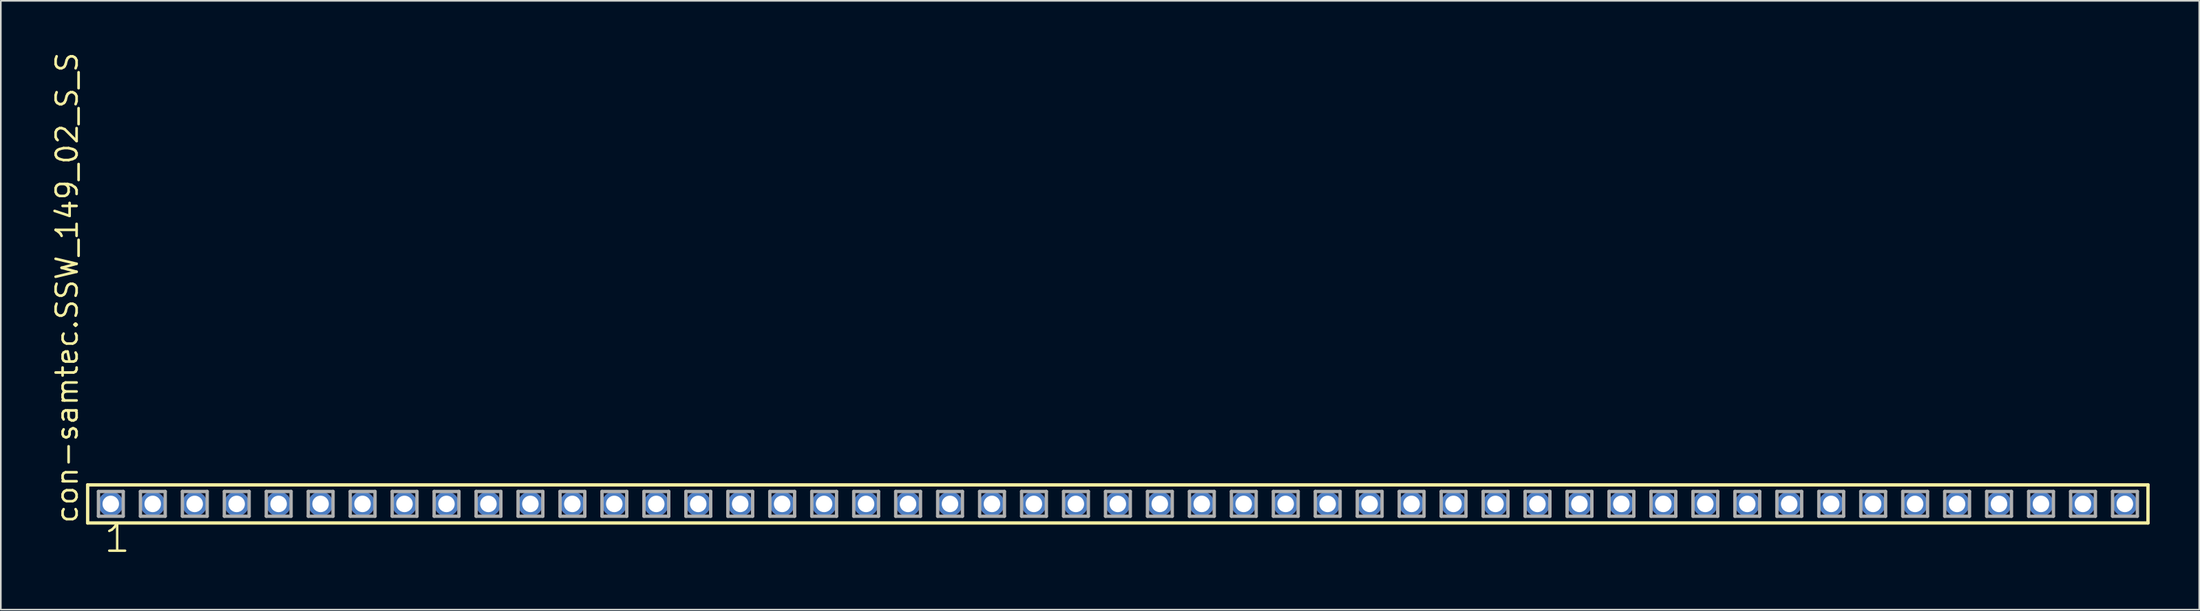
<source format=kicad_pcb>
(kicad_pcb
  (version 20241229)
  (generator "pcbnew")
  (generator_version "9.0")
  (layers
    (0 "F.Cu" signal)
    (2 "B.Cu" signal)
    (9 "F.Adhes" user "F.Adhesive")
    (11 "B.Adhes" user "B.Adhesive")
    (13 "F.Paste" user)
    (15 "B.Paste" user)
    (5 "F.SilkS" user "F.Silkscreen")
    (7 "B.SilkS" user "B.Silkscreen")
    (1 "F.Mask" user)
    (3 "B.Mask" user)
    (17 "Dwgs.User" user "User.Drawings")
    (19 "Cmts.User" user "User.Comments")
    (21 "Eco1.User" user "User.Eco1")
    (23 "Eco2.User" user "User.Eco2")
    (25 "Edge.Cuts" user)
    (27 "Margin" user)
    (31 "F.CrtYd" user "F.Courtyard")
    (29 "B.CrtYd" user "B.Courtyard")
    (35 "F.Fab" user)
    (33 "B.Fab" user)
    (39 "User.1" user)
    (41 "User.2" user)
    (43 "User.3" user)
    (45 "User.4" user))
  (footprint "con-samtec.SSW_149_02_S_S"
    (layer "F.Cu")
    (at 64.615 27.501)
    (property "Reference" "con-samtec.SSW_149_02_S_S" (at -62.865 1.27 90) (layer "F.SilkS") (effects (font (size 1.27 1.27) (thickness 0.16)) (justify left bottom)))
    (attr through_hole)
    (fp_line (start -62.359 -1.155) (end 62.359 -1.155) (stroke (width 0.203) (type default)) (layer "F.SilkS"))
    (fp_line (start -62.359 1.155) (end -62.359 -1.155) (stroke (width 0.203) (type default)) (layer "F.SilkS"))
    (fp_line (start 62.359 -1.155) (end 62.359 1.155) (stroke (width 0.203) (type default)) (layer "F.SilkS"))
    (fp_line (start 62.359 1.155) (end -62.359 1.155) (stroke (width 0.203) (type default)) (layer "F.SilkS"))
    (fp_line (start -61.705 -0.755) (end -60.205 -0.755) (stroke (width 0.203) (type default)) (layer "F.Fab"))
    (fp_line (start -61.705 0.745) (end -61.705 -0.755) (stroke (width 0.203) (type default)) (layer "F.Fab"))
    (fp_line (start -60.205 -0.755) (end -60.205 0.745) (stroke (width 0.203) (type default)) (layer "F.Fab"))
    (fp_line (start -60.205 0.745) (end -61.705 0.745) (stroke (width 0.203) (type default)) (layer "F.Fab"))
    (fp_line (start -59.165 -0.755) (end -57.665 -0.755) (stroke (width 0.203) (type default)) (layer "F.Fab"))
    (fp_line (start -59.165 0.745) (end -59.165 -0.755) (stroke (width 0.203) (type default)) (layer "F.Fab"))
    (fp_line (start -57.665 -0.755) (end -57.665 0.745) (stroke (width 0.203) (type default)) (layer "F.Fab"))
    (fp_line (start -57.665 0.745) (end -59.165 0.745) (stroke (width 0.203) (type default)) (layer "F.Fab"))
    (fp_line (start -56.625 -0.755) (end -55.125 -0.755) (stroke (width 0.203) (type default)) (layer "F.Fab"))
    (fp_line (start -56.625 0.745) (end -56.625 -0.755) (stroke (width 0.203) (type default)) (layer "F.Fab"))
    (fp_line (start -55.125 -0.755) (end -55.125 0.745) (stroke (width 0.203) (type default)) (layer "F.Fab"))
    (fp_line (start -55.125 0.745) (end -56.625 0.745) (stroke (width 0.203) (type default)) (layer "F.Fab"))
    (fp_line (start -54.085 -0.755) (end -52.585 -0.755) (stroke (width 0.203) (type default)) (layer "F.Fab"))
    (fp_line (start -54.085 0.745) (end -54.085 -0.755) (stroke (width 0.203) (type default)) (layer "F.Fab"))
    (fp_line (start -52.585 -0.755) (end -52.585 0.745) (stroke (width 0.203) (type default)) (layer "F.Fab"))
    (fp_line (start -52.585 0.745) (end -54.085 0.745) (stroke (width 0.203) (type default)) (layer "F.Fab"))
    (fp_line (start -51.545 -0.755) (end -50.045 -0.755) (stroke (width 0.203) (type default)) (layer "F.Fab"))
    (fp_line (start -51.545 0.745) (end -51.545 -0.755) (stroke (width 0.203) (type default)) (layer "F.Fab"))
    (fp_line (start -50.045 -0.755) (end -50.045 0.745) (stroke (width 0.203) (type default)) (layer "F.Fab"))
    (fp_line (start -50.045 0.745) (end -51.545 0.745) (stroke (width 0.203) (type default)) (layer "F.Fab"))
    (fp_line (start -49.005 -0.755) (end -47.505 -0.755) (stroke (width 0.203) (type default)) (layer "F.Fab"))
    (fp_line (start -49.005 0.745) (end -49.005 -0.755) (stroke (width 0.203) (type default)) (layer "F.Fab"))
    (fp_line (start -47.505 -0.755) (end -47.505 0.745) (stroke (width 0.203) (type default)) (layer "F.Fab"))
    (fp_line (start -47.505 0.745) (end -49.005 0.745) (stroke (width 0.203) (type default)) (layer "F.Fab"))
    (fp_line (start -46.465 -0.755) (end -44.965 -0.755) (stroke (width 0.203) (type default)) (layer "F.Fab"))
    (fp_line (start -46.465 0.745) (end -46.465 -0.755) (stroke (width 0.203) (type default)) (layer "F.Fab"))
    (fp_line (start -44.965 -0.755) (end -44.965 0.745) (stroke (width 0.203) (type default)) (layer "F.Fab"))
    (fp_line (start -44.965 0.745) (end -46.465 0.745) (stroke (width 0.203) (type default)) (layer "F.Fab"))
    (fp_line (start -43.925 -0.755) (end -42.425 -0.755) (stroke (width 0.203) (type default)) (layer "F.Fab"))
    (fp_line (start -43.925 0.745) (end -43.925 -0.755) (stroke (width 0.203) (type default)) (layer "F.Fab"))
    (fp_line (start -42.425 -0.755) (end -42.425 0.745) (stroke (width 0.203) (type default)) (layer "F.Fab"))
    (fp_line (start -42.425 0.745) (end -43.925 0.745) (stroke (width 0.203) (type default)) (layer "F.Fab"))
    (fp_line (start -41.385 -0.755) (end -39.885 -0.755) (stroke (width 0.203) (type default)) (layer "F.Fab"))
    (fp_line (start -41.385 0.745) (end -41.385 -0.755) (stroke (width 0.203) (type default)) (layer "F.Fab"))
    (fp_line (start -39.885 -0.755) (end -39.885 0.745) (stroke (width 0.203) (type default)) (layer "F.Fab"))
    (fp_line (start -39.885 0.745) (end -41.385 0.745) (stroke (width 0.203) (type default)) (layer "F.Fab"))
    (fp_line (start -38.845 -0.755) (end -37.345 -0.755) (stroke (width 0.203) (type default)) (layer "F.Fab"))
    (fp_line (start -38.845 0.745) (end -38.845 -0.755) (stroke (width 0.203) (type default)) (layer "F.Fab"))
    (fp_line (start -37.345 -0.755) (end -37.345 0.745) (stroke (width 0.203) (type default)) (layer "F.Fab"))
    (fp_line (start -37.345 0.745) (end -38.845 0.745) (stroke (width 0.203) (type default)) (layer "F.Fab"))
    (fp_line (start -36.305 -0.755) (end -34.805 -0.755) (stroke (width 0.203) (type default)) (layer "F.Fab"))
    (fp_line (start -36.305 0.745) (end -36.305 -0.755) (stroke (width 0.203) (type default)) (layer "F.Fab"))
    (fp_line (start -34.805 -0.755) (end -34.805 0.745) (stroke (width 0.203) (type default)) (layer "F.Fab"))
    (fp_line (start -34.805 0.745) (end -36.305 0.745) (stroke (width 0.203) (type default)) (layer "F.Fab"))
    (fp_line (start -33.765 -0.755) (end -32.265 -0.755) (stroke (width 0.203) (type default)) (layer "F.Fab"))
    (fp_line (start -33.765 0.745) (end -33.765 -0.755) (stroke (width 0.203) (type default)) (layer "F.Fab"))
    (fp_line (start -32.265 -0.755) (end -32.265 0.745) (stroke (width 0.203) (type default)) (layer "F.Fab"))
    (fp_line (start -32.265 0.745) (end -33.765 0.745) (stroke (width 0.203) (type default)) (layer "F.Fab"))
    (fp_line (start -31.225 -0.755) (end -29.725 -0.755) (stroke (width 0.203) (type default)) (layer "F.Fab"))
    (fp_line (start -31.225 0.745) (end -31.225 -0.755) (stroke (width 0.203) (type default)) (layer "F.Fab"))
    (fp_line (start -29.725 -0.755) (end -29.725 0.745) (stroke (width 0.203) (type default)) (layer "F.Fab"))
    (fp_line (start -29.725 0.745) (end -31.225 0.745) (stroke (width 0.203) (type default)) (layer "F.Fab"))
    (fp_line (start -28.685 -0.755) (end -27.185 -0.755) (stroke (width 0.203) (type default)) (layer "F.Fab"))
    (fp_line (start -28.685 0.745) (end -28.685 -0.755) (stroke (width 0.203) (type default)) (layer "F.Fab"))
    (fp_line (start -27.185 -0.755) (end -27.185 0.745) (stroke (width 0.203) (type default)) (layer "F.Fab"))
    (fp_line (start -27.185 0.745) (end -28.685 0.745) (stroke (width 0.203) (type default)) (layer "F.Fab"))
    (fp_line (start -26.145 -0.755) (end -24.645 -0.755) (stroke (width 0.203) (type default)) (layer "F.Fab"))
    (fp_line (start -26.145 0.745) (end -26.145 -0.755) (stroke (width 0.203) (type default)) (layer "F.Fab"))
    (fp_line (start -24.645 -0.755) (end -24.645 0.745) (stroke (width 0.203) (type default)) (layer "F.Fab"))
    (fp_line (start -24.645 0.745) (end -26.145 0.745) (stroke (width 0.203) (type default)) (layer "F.Fab"))
    (fp_line (start -23.605 -0.755) (end -22.105 -0.755) (stroke (width 0.203) (type default)) (layer "F.Fab"))
    (fp_line (start -23.605 0.745) (end -23.605 -0.755) (stroke (width 0.203) (type default)) (layer "F.Fab"))
    (fp_line (start -22.105 -0.755) (end -22.105 0.745) (stroke (width 0.203) (type default)) (layer "F.Fab"))
    (fp_line (start -22.105 0.745) (end -23.605 0.745) (stroke (width 0.203) (type default)) (layer "F.Fab"))
    (fp_line (start -21.065 -0.755) (end -19.565 -0.755) (stroke (width 0.203) (type default)) (layer "F.Fab"))
    (fp_line (start -21.065 0.745) (end -21.065 -0.755) (stroke (width 0.203) (type default)) (layer "F.Fab"))
    (fp_line (start -19.565 -0.755) (end -19.565 0.745) (stroke (width 0.203) (type default)) (layer "F.Fab"))
    (fp_line (start -19.565 0.745) (end -21.065 0.745) (stroke (width 0.203) (type default)) (layer "F.Fab"))
    (fp_line (start -18.525 -0.755) (end -17.025 -0.755) (stroke (width 0.203) (type default)) (layer "F.Fab"))
    (fp_line (start -18.525 0.745) (end -18.525 -0.755) (stroke (width 0.203) (type default)) (layer "F.Fab"))
    (fp_line (start -17.025 -0.755) (end -17.025 0.745) (stroke (width 0.203) (type default)) (layer "F.Fab"))
    (fp_line (start -17.025 0.745) (end -18.525 0.745) (stroke (width 0.203) (type default)) (layer "F.Fab"))
    (fp_line (start -15.985 -0.755) (end -14.485 -0.755) (stroke (width 0.203) (type default)) (layer "F.Fab"))
    (fp_line (start -15.985 0.745) (end -15.985 -0.755) (stroke (width 0.203) (type default)) (layer "F.Fab"))
    (fp_line (start -14.485 -0.755) (end -14.485 0.745) (stroke (width 0.203) (type default)) (layer "F.Fab"))
    (fp_line (start -14.485 0.745) (end -15.985 0.745) (stroke (width 0.203) (type default)) (layer "F.Fab"))
    (fp_line (start -13.445 -0.755) (end -11.945 -0.755) (stroke (width 0.203) (type default)) (layer "F.Fab"))
    (fp_line (start -13.445 0.745) (end -13.445 -0.755) (stroke (width 0.203) (type default)) (layer "F.Fab"))
    (fp_line (start -11.945 -0.755) (end -11.945 0.745) (stroke (width 0.203) (type default)) (layer "F.Fab"))
    (fp_line (start -11.945 0.745) (end -13.445 0.745) (stroke (width 0.203) (type default)) (layer "F.Fab"))
    (fp_line (start -10.905 -0.755) (end -9.405 -0.755) (stroke (width 0.203) (type default)) (layer "F.Fab"))
    (fp_line (start -10.905 0.745) (end -10.905 -0.755) (stroke (width 0.203) (type default)) (layer "F.Fab"))
    (fp_line (start -9.405 -0.755) (end -9.405 0.745) (stroke (width 0.203) (type default)) (layer "F.Fab"))
    (fp_line (start -9.405 0.745) (end -10.905 0.745) (stroke (width 0.203) (type default)) (layer "F.Fab"))
    (fp_line (start -8.365 -0.755) (end -6.865 -0.755) (stroke (width 0.203) (type default)) (layer "F.Fab"))
    (fp_line (start -8.365 0.745) (end -8.365 -0.755) (stroke (width 0.203) (type default)) (layer "F.Fab"))
    (fp_line (start -6.865 -0.755) (end -6.865 0.745) (stroke (width 0.203) (type default)) (layer "F.Fab"))
    (fp_line (start -6.865 0.745) (end -8.365 0.745) (stroke (width 0.203) (type default)) (layer "F.Fab"))
    (fp_line (start -5.825 -0.755) (end -4.325 -0.755) (stroke (width 0.203) (type default)) (layer "F.Fab"))
    (fp_line (start -5.825 0.745) (end -5.825 -0.755) (stroke (width 0.203) (type default)) (layer "F.Fab"))
    (fp_line (start -4.325 -0.755) (end -4.325 0.745) (stroke (width 0.203) (type default)) (layer "F.Fab"))
    (fp_line (start -4.325 0.745) (end -5.825 0.745) (stroke (width 0.203) (type default)) (layer "F.Fab"))
    (fp_line (start -3.285 -0.755) (end -1.785 -0.755) (stroke (width 0.203) (type default)) (layer "F.Fab"))
    (fp_line (start -3.285 0.745) (end -3.285 -0.755) (stroke (width 0.203) (type default)) (layer "F.Fab"))
    (fp_line (start -1.785 -0.755) (end -1.785 0.745) (stroke (width 0.203) (type default)) (layer "F.Fab"))
    (fp_line (start -1.785 0.745) (end -3.285 0.745) (stroke (width 0.203) (type default)) (layer "F.Fab"))
    (fp_line (start -0.745 -0.755) (end 0.755 -0.755) (stroke (width 0.203) (type default)) (layer "F.Fab"))
    (fp_line (start -0.745 0.745) (end -0.745 -0.755) (stroke (width 0.203) (type default)) (layer "F.Fab"))
    (fp_line (start 0.755 -0.755) (end 0.755 0.745) (stroke (width 0.203) (type default)) (layer "F.Fab"))
    (fp_line (start 0.755 0.745) (end -0.745 0.745) (stroke (width 0.203) (type default)) (layer "F.Fab"))
    (fp_line (start 1.795 -0.755) (end 3.295 -0.755) (stroke (width 0.203) (type default)) (layer "F.Fab"))
    (fp_line (start 1.795 0.745) (end 1.795 -0.755) (stroke (width 0.203) (type default)) (layer "F.Fab"))
    (fp_line (start 3.295 -0.755) (end 3.295 0.745) (stroke (width 0.203) (type default)) (layer "F.Fab"))
    (fp_line (start 3.295 0.745) (end 1.795 0.745) (stroke (width 0.203) (type default)) (layer "F.Fab"))
    (fp_line (start 4.335 -0.755) (end 5.835 -0.755) (stroke (width 0.203) (type default)) (layer "F.Fab"))
    (fp_line (start 4.335 0.745) (end 4.335 -0.755) (stroke (width 0.203) (type default)) (layer "F.Fab"))
    (fp_line (start 5.835 -0.755) (end 5.835 0.745) (stroke (width 0.203) (type default)) (layer "F.Fab"))
    (fp_line (start 5.835 0.745) (end 4.335 0.745) (stroke (width 0.203) (type default)) (layer "F.Fab"))
    (fp_line (start 6.875 -0.755) (end 8.375 -0.755) (stroke (width 0.203) (type default)) (layer "F.Fab"))
    (fp_line (start 6.875 0.745) (end 6.875 -0.755) (stroke (width 0.203) (type default)) (layer "F.Fab"))
    (fp_line (start 8.375 -0.755) (end 8.375 0.745) (stroke (width 0.203) (type default)) (layer "F.Fab"))
    (fp_line (start 8.375 0.745) (end 6.875 0.745) (stroke (width 0.203) (type default)) (layer "F.Fab"))
    (fp_line (start 9.415 -0.755) (end 10.915 -0.755) (stroke (width 0.203) (type default)) (layer "F.Fab"))
    (fp_line (start 9.415 0.745) (end 9.415 -0.755) (stroke (width 0.203) (type default)) (layer "F.Fab"))
    (fp_line (start 10.915 -0.755) (end 10.915 0.745) (stroke (width 0.203) (type default)) (layer "F.Fab"))
    (fp_line (start 10.915 0.745) (end 9.415 0.745) (stroke (width 0.203) (type default)) (layer "F.Fab"))
    (fp_line (start 11.955 -0.755) (end 13.455 -0.755) (stroke (width 0.203) (type default)) (layer "F.Fab"))
    (fp_line (start 11.955 0.745) (end 11.955 -0.755) (stroke (width 0.203) (type default)) (layer "F.Fab"))
    (fp_line (start 13.455 -0.755) (end 13.455 0.745) (stroke (width 0.203) (type default)) (layer "F.Fab"))
    (fp_line (start 13.455 0.745) (end 11.955 0.745) (stroke (width 0.203) (type default)) (layer "F.Fab"))
    (fp_line (start 14.495 -0.755) (end 15.995 -0.755) (stroke (width 0.203) (type default)) (layer "F.Fab"))
    (fp_line (start 14.495 0.745) (end 14.495 -0.755) (stroke (width 0.203) (type default)) (layer "F.Fab"))
    (fp_line (start 15.995 -0.755) (end 15.995 0.745) (stroke (width 0.203) (type default)) (layer "F.Fab"))
    (fp_line (start 15.995 0.745) (end 14.495 0.745) (stroke (width 0.203) (type default)) (layer "F.Fab"))
    (fp_line (start 17.035 -0.755) (end 18.535 -0.755) (stroke (width 0.203) (type default)) (layer "F.Fab"))
    (fp_line (start 17.035 0.745) (end 17.035 -0.755) (stroke (width 0.203) (type default)) (layer "F.Fab"))
    (fp_line (start 18.535 -0.755) (end 18.535 0.745) (stroke (width 0.203) (type default)) (layer "F.Fab"))
    (fp_line (start 18.535 0.745) (end 17.035 0.745) (stroke (width 0.203) (type default)) (layer "F.Fab"))
    (fp_line (start 19.575 -0.755) (end 21.075 -0.755) (stroke (width 0.203) (type default)) (layer "F.Fab"))
    (fp_line (start 19.575 0.745) (end 19.575 -0.755) (stroke (width 0.203) (type default)) (layer "F.Fab"))
    (fp_line (start 21.075 -0.755) (end 21.075 0.745) (stroke (width 0.203) (type default)) (layer "F.Fab"))
    (fp_line (start 21.075 0.745) (end 19.575 0.745) (stroke (width 0.203) (type default)) (layer "F.Fab"))
    (fp_line (start 22.115 -0.755) (end 23.615 -0.755) (stroke (width 0.203) (type default)) (layer "F.Fab"))
    (fp_line (start 22.115 0.745) (end 22.115 -0.755) (stroke (width 0.203) (type default)) (layer "F.Fab"))
    (fp_line (start 23.615 -0.755) (end 23.615 0.745) (stroke (width 0.203) (type default)) (layer "F.Fab"))
    (fp_line (start 23.615 0.745) (end 22.115 0.745) (stroke (width 0.203) (type default)) (layer "F.Fab"))
    (fp_line (start 24.655 -0.755) (end 26.155 -0.755) (stroke (width 0.203) (type default)) (layer "F.Fab"))
    (fp_line (start 24.655 0.745) (end 24.655 -0.755) (stroke (width 0.203) (type default)) (layer "F.Fab"))
    (fp_line (start 26.155 -0.755) (end 26.155 0.745) (stroke (width 0.203) (type default)) (layer "F.Fab"))
    (fp_line (start 26.155 0.745) (end 24.655 0.745) (stroke (width 0.203) (type default)) (layer "F.Fab"))
    (fp_line (start 27.195 -0.755) (end 28.695 -0.755) (stroke (width 0.203) (type default)) (layer "F.Fab"))
    (fp_line (start 27.195 0.745) (end 27.195 -0.755) (stroke (width 0.203) (type default)) (layer "F.Fab"))
    (fp_line (start 28.695 -0.755) (end 28.695 0.745) (stroke (width 0.203) (type default)) (layer "F.Fab"))
    (fp_line (start 28.695 0.745) (end 27.195 0.745) (stroke (width 0.203) (type default)) (layer "F.Fab"))
    (fp_line (start 29.735 -0.755) (end 31.235 -0.755) (stroke (width 0.203) (type default)) (layer "F.Fab"))
    (fp_line (start 29.735 0.745) (end 29.735 -0.755) (stroke (width 0.203) (type default)) (layer "F.Fab"))
    (fp_line (start 31.235 -0.755) (end 31.235 0.745) (stroke (width 0.203) (type default)) (layer "F.Fab"))
    (fp_line (start 31.235 0.745) (end 29.735 0.745) (stroke (width 0.203) (type default)) (layer "F.Fab"))
    (fp_line (start 32.275 -0.755) (end 33.775 -0.755) (stroke (width 0.203) (type default)) (layer "F.Fab"))
    (fp_line (start 32.275 0.745) (end 32.275 -0.755) (stroke (width 0.203) (type default)) (layer "F.Fab"))
    (fp_line (start 33.775 -0.755) (end 33.775 0.745) (stroke (width 0.203) (type default)) (layer "F.Fab"))
    (fp_line (start 33.775 0.745) (end 32.275 0.745) (stroke (width 0.203) (type default)) (layer "F.Fab"))
    (fp_line (start 34.815 -0.755) (end 36.315 -0.755) (stroke (width 0.203) (type default)) (layer "F.Fab"))
    (fp_line (start 34.815 0.745) (end 34.815 -0.755) (stroke (width 0.203) (type default)) (layer "F.Fab"))
    (fp_line (start 36.315 -0.755) (end 36.315 0.745) (stroke (width 0.203) (type default)) (layer "F.Fab"))
    (fp_line (start 36.315 0.745) (end 34.815 0.745) (stroke (width 0.203) (type default)) (layer "F.Fab"))
    (fp_line (start 37.355 -0.755) (end 38.855 -0.755) (stroke (width 0.203) (type default)) (layer "F.Fab"))
    (fp_line (start 37.355 0.745) (end 37.355 -0.755) (stroke (width 0.203) (type default)) (layer "F.Fab"))
    (fp_line (start 38.855 -0.755) (end 38.855 0.745) (stroke (width 0.203) (type default)) (layer "F.Fab"))
    (fp_line (start 38.855 0.745) (end 37.355 0.745) (stroke (width 0.203) (type default)) (layer "F.Fab"))
    (fp_line (start 39.895 -0.755) (end 41.395 -0.755) (stroke (width 0.203) (type default)) (layer "F.Fab"))
    (fp_line (start 39.895 0.745) (end 39.895 -0.755) (stroke (width 0.203) (type default)) (layer "F.Fab"))
    (fp_line (start 41.395 -0.755) (end 41.395 0.745) (stroke (width 0.203) (type default)) (layer "F.Fab"))
    (fp_line (start 41.395 0.745) (end 39.895 0.745) (stroke (width 0.203) (type default)) (layer "F.Fab"))
    (fp_line (start 42.435 -0.755) (end 43.935 -0.755) (stroke (width 0.203) (type default)) (layer "F.Fab"))
    (fp_line (start 42.435 0.745) (end 42.435 -0.755) (stroke (width 0.203) (type default)) (layer "F.Fab"))
    (fp_line (start 43.935 -0.755) (end 43.935 0.745) (stroke (width 0.203) (type default)) (layer "F.Fab"))
    (fp_line (start 43.935 0.745) (end 42.435 0.745) (stroke (width 0.203) (type default)) (layer "F.Fab"))
    (fp_line (start 44.975 -0.755) (end 46.475 -0.755) (stroke (width 0.203) (type default)) (layer "F.Fab"))
    (fp_line (start 44.975 0.745) (end 44.975 -0.755) (stroke (width 0.203) (type default)) (layer "F.Fab"))
    (fp_line (start 46.475 -0.755) (end 46.475 0.745) (stroke (width 0.203) (type default)) (layer "F.Fab"))
    (fp_line (start 46.475 0.745) (end 44.975 0.745) (stroke (width 0.203) (type default)) (layer "F.Fab"))
    (fp_line (start 47.515 -0.755) (end 49.015 -0.755) (stroke (width 0.203) (type default)) (layer "F.Fab"))
    (fp_line (start 47.515 0.745) (end 47.515 -0.755) (stroke (width 0.203) (type default)) (layer "F.Fab"))
    (fp_line (start 49.015 -0.755) (end 49.015 0.745) (stroke (width 0.203) (type default)) (layer "F.Fab"))
    (fp_line (start 49.015 0.745) (end 47.515 0.745) (stroke (width 0.203) (type default)) (layer "F.Fab"))
    (fp_line (start 50.055 -0.755) (end 51.555 -0.755) (stroke (width 0.203) (type default)) (layer "F.Fab"))
    (fp_line (start 50.055 0.745) (end 50.055 -0.755) (stroke (width 0.203) (type default)) (layer "F.Fab"))
    (fp_line (start 51.555 -0.755) (end 51.555 0.745) (stroke (width 0.203) (type default)) (layer "F.Fab"))
    (fp_line (start 51.555 0.745) (end 50.055 0.745) (stroke (width 0.203) (type default)) (layer "F.Fab"))
    (fp_line (start 52.595 -0.755) (end 54.095 -0.755) (stroke (width 0.203) (type default)) (layer "F.Fab"))
    (fp_line (start 52.595 0.745) (end 52.595 -0.755) (stroke (width 0.203) (type default)) (layer "F.Fab"))
    (fp_line (start 54.095 -0.755) (end 54.095 0.745) (stroke (width 0.203) (type default)) (layer "F.Fab"))
    (fp_line (start 54.095 0.745) (end 52.595 0.745) (stroke (width 0.203) (type default)) (layer "F.Fab"))
    (fp_line (start 55.135 -0.755) (end 56.635 -0.755) (stroke (width 0.203) (type default)) (layer "F.Fab"))
    (fp_line (start 55.135 0.745) (end 55.135 -0.755) (stroke (width 0.203) (type default)) (layer "F.Fab"))
    (fp_line (start 56.635 -0.755) (end 56.635 0.745) (stroke (width 0.203) (type default)) (layer "F.Fab"))
    (fp_line (start 56.635 0.745) (end 55.135 0.745) (stroke (width 0.203) (type default)) (layer "F.Fab"))
    (fp_line (start 57.675 -0.755) (end 59.175 -0.755) (stroke (width 0.203) (type default)) (layer "F.Fab"))
    (fp_line (start 57.675 0.745) (end 57.675 -0.755) (stroke (width 0.203) (type default)) (layer "F.Fab"))
    (fp_line (start 59.175 -0.755) (end 59.175 0.745) (stroke (width 0.203) (type default)) (layer "F.Fab"))
    (fp_line (start 59.175 0.745) (end 57.675 0.745) (stroke (width 0.203) (type default)) (layer "F.Fab"))
    (fp_line (start 60.215 -0.755) (end 61.715 -0.755) (stroke (width 0.203) (type default)) (layer "F.Fab"))
    (fp_line (start 60.215 0.745) (end 60.215 -0.755) (stroke (width 0.203) (type default)) (layer "F.Fab"))
    (fp_line (start 61.715 -0.755) (end 61.715 0.745) (stroke (width 0.203) (type default)) (layer "F.Fab"))
    (fp_line (start 61.715 0.745) (end 60.215 0.745) (stroke (width 0.203) (type default)) (layer "F.Fab"))
    (fp_text user "1" (at -61.468 3.048 0) (layer "F.SilkS") (effects (font (size 1.676 1.676) (thickness 0.15)) (justify left bottom)))
    (pad "1" thru_hole circle (at -60.96 0) (size 1.5 1.5) (drill 1) (layers "*.Cu" "*.Mask"))
    (pad "2" thru_hole circle (at -58.42 0) (size 1.5 1.5) (drill 1) (layers "*.Cu" "*.Mask"))
    (pad "3" thru_hole circle (at -55.88 0) (size 1.5 1.5) (drill 1) (layers "*.Cu" "*.Mask"))
    (pad "4" thru_hole circle (at -53.34 0) (size 1.5 1.5) (drill 1) (layers "*.Cu" "*.Mask"))
    (pad "5" thru_hole circle (at -50.8 0) (size 1.5 1.5) (drill 1) (layers "*.Cu" "*.Mask"))
    (pad "6" thru_hole circle (at -48.26 0) (size 1.5 1.5) (drill 1) (layers "*.Cu" "*.Mask"))
    (pad "7" thru_hole circle (at -45.72 0) (size 1.5 1.5) (drill 1) (layers "*.Cu" "*.Mask"))
    (pad "8" thru_hole circle (at -43.18 0) (size 1.5 1.5) (drill 1) (layers "*.Cu" "*.Mask"))
    (pad "9" thru_hole circle (at -40.64 0) (size 1.5 1.5) (drill 1) (layers "*.Cu" "*.Mask"))
    (pad "10" thru_hole circle (at -38.1 0) (size 1.5 1.5) (drill 1) (layers "*.Cu" "*.Mask"))
    (pad "11" thru_hole circle (at -35.56 0) (size 1.5 1.5) (drill 1) (layers "*.Cu" "*.Mask"))
    (pad "12" thru_hole circle (at -33.02 0) (size 1.5 1.5) (drill 1) (layers "*.Cu" "*.Mask"))
    (pad "13" thru_hole circle (at -30.48 0) (size 1.5 1.5) (drill 1) (layers "*.Cu" "*.Mask"))
    (pad "14" thru_hole circle (at -27.94 0) (size 1.5 1.5) (drill 1) (layers "*.Cu" "*.Mask"))
    (pad "15" thru_hole circle (at -25.4 0) (size 1.5 1.5) (drill 1) (layers "*.Cu" "*.Mask"))
    (pad "16" thru_hole circle (at -22.86 0) (size 1.5 1.5) (drill 1) (layers "*.Cu" "*.Mask"))
    (pad "17" thru_hole circle (at -20.32 0) (size 1.5 1.5) (drill 1) (layers "*.Cu" "*.Mask"))
    (pad "18" thru_hole circle (at -17.78 0) (size 1.5 1.5) (drill 1) (layers "*.Cu" "*.Mask"))
    (pad "19" thru_hole circle (at -15.24 0) (size 1.5 1.5) (drill 1) (layers "*.Cu" "*.Mask"))
    (pad "20" thru_hole circle (at -12.7 0) (size 1.5 1.5) (drill 1) (layers "*.Cu" "*.Mask"))
    (pad "21" thru_hole circle (at -10.16 0) (size 1.5 1.5) (drill 1) (layers "*.Cu" "*.Mask"))
    (pad "22" thru_hole circle (at -7.62 0) (size 1.5 1.5) (drill 1) (layers "*.Cu" "*.Mask"))
    (pad "23" thru_hole circle (at -5.08 0) (size 1.5 1.5) (drill 1) (layers "*.Cu" "*.Mask"))
    (pad "24" thru_hole circle (at -2.54 0) (size 1.5 1.5) (drill 1) (layers "*.Cu" "*.Mask"))
    (pad "25" thru_hole circle (at 0 0) (size 1.5 1.5) (drill 1) (layers "*.Cu" "*.Mask"))
    (pad "26" thru_hole circle (at 2.54 0) (size 1.5 1.5) (drill 1) (layers "*.Cu" "*.Mask"))
    (pad "27" thru_hole circle (at 5.08 0) (size 1.5 1.5) (drill 1) (layers "*.Cu" "*.Mask"))
    (pad "28" thru_hole circle (at 7.62 0) (size 1.5 1.5) (drill 1) (layers "*.Cu" "*.Mask"))
    (pad "29" thru_hole circle (at 10.16 0) (size 1.5 1.5) (drill 1) (layers "*.Cu" "*.Mask"))
    (pad "30" thru_hole circle (at 12.7 0) (size 1.5 1.5) (drill 1) (layers "*.Cu" "*.Mask"))
    (pad "31" thru_hole circle (at 15.24 0) (size 1.5 1.5) (drill 1) (layers "*.Cu" "*.Mask"))
    (pad "32" thru_hole circle (at 17.78 0) (size 1.5 1.5) (drill 1) (layers "*.Cu" "*.Mask"))
    (pad "33" thru_hole circle (at 20.32 0) (size 1.5 1.5) (drill 1) (layers "*.Cu" "*.Mask"))
    (pad "34" thru_hole circle (at 22.86 0) (size 1.5 1.5) (drill 1) (layers "*.Cu" "*.Mask"))
    (pad "35" thru_hole circle (at 25.4 0) (size 1.5 1.5) (drill 1) (layers "*.Cu" "*.Mask"))
    (pad "36" thru_hole circle (at 27.94 0) (size 1.5 1.5) (drill 1) (layers "*.Cu" "*.Mask"))
    (pad "37" thru_hole circle (at 30.48 0) (size 1.5 1.5) (drill 1) (layers "*.Cu" "*.Mask"))
    (pad "38" thru_hole circle (at 33.02 0) (size 1.5 1.5) (drill 1) (layers "*.Cu" "*.Mask"))
    (pad "39" thru_hole circle (at 35.56 0) (size 1.5 1.5) (drill 1) (layers "*.Cu" "*.Mask"))
    (pad "40" thru_hole circle (at 38.1 0) (size 1.5 1.5) (drill 1) (layers "*.Cu" "*.Mask"))
    (pad "41" thru_hole circle (at 40.64 0) (size 1.5 1.5) (drill 1) (layers "*.Cu" "*.Mask"))
    (pad "42" thru_hole circle (at 43.18 0) (size 1.5 1.5) (drill 1) (layers "*.Cu" "*.Mask"))
    (pad "43" thru_hole circle (at 45.72 0) (size 1.5 1.5) (drill 1) (layers "*.Cu" "*.Mask"))
    (pad "44" thru_hole circle (at 48.26 0) (size 1.5 1.5) (drill 1) (layers "*.Cu" "*.Mask"))
    (pad "45" thru_hole circle (at 50.8 0) (size 1.5 1.5) (drill 1) (layers "*.Cu" "*.Mask"))
    (pad "46" thru_hole circle (at 53.34 0) (size 1.5 1.5) (drill 1) (layers "*.Cu" "*.Mask"))
    (pad "47" thru_hole circle (at 55.88 0) (size 1.5 1.5) (drill 1) (layers "*.Cu" "*.Mask"))
    (pad "48" thru_hole circle (at 58.42 0) (size 1.5 1.5) (drill 1) (layers "*.Cu" "*.Mask"))
    (pad "49" thru_hole circle (at 60.96 0) (size 1.5 1.5) (drill 1) (layers "*.Cu" "*.Mask")))
  (gr_rect
    (start -3 -3)
    (end 130.076 33.91)
    (stroke (width 0.1) (type default))
    (fill no)
    (layer "Edge.Cuts")))
</source>
